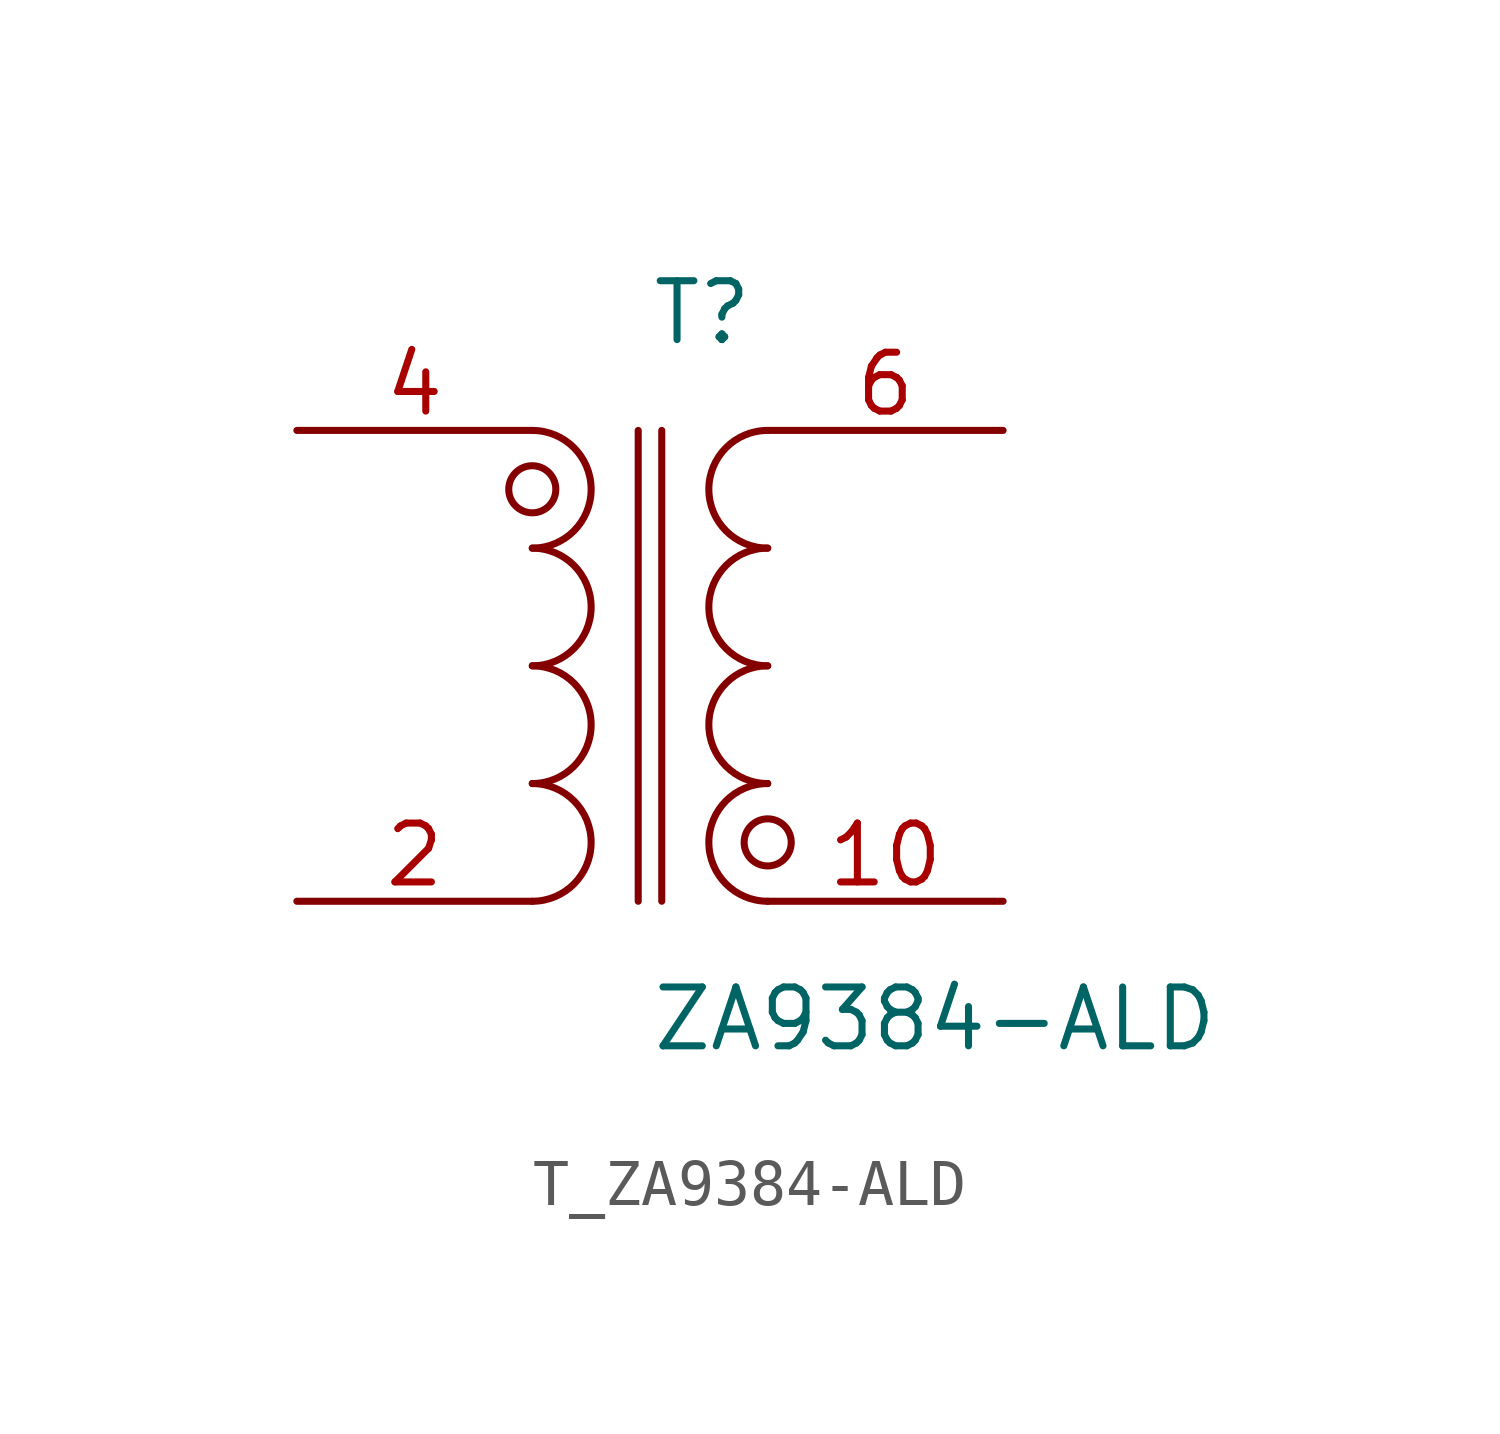
<source format=kicad_sym>
(kicad_symbol_lib
  (version 20231120)
  (generator kicad_symbol_editor)
  (generator_version 8.0)
  (symbol "T_ZA9384-ALD"
    (pin_names
      (offset 0.254))
    (property "Reference" "T"
      (at 0.0 7.62 0)
      (effects (font (size 1.27 1.27)) (justify left)))
    (property "Value" "ZA9384-ALD"
      (at 0.0 -7.62 0)
      (effects (font (size 1.27 1.27)) (justify left)))
    (symbol "T_ZA9384-ALD_0_1"
      (arc (start -2.54 -5.08) (mid -1.27 -3.81) (end -2.54 -2.54) (stroke (width 0) (type default)) (fill (type none)))
      (arc (start -2.54 -2.54) (mid -1.27 -1.27) (end -2.54 0.0) (stroke (width 0) (type default)) (fill (type none)))
      (arc (start -2.54 0.0) (mid -1.27 1.27) (end -2.54 2.54) (stroke (width 0) (type default)) (fill (type none)))
      (arc (start -2.54 2.54) (mid -1.27 3.81) (end -2.54 5.08) (stroke (width 0) (type default)) (fill (type none)))
      (arc (start 2.54 5.08) (mid 1.27 3.81) (end 2.54 2.54) (stroke (width 0) (type default)) (fill (type none)))
      (arc (start 2.54 2.54) (mid 1.27 1.27) (end 2.54 0.0) (stroke (width 0) (type default)) (fill (type none)))
      (arc (start 2.54 0.0) (mid 1.27 -1.27) (end 2.54 -2.54) (stroke (width 0) (type default)) (fill (type none)))
      (arc (start 2.54 -2.54) (mid 1.27 -3.81) (end 2.54 -5.08) (stroke (width 0) (type default)) (fill (type none)))
      (circle (center -2.54 3.81) (radius 0.508) (stroke (width 0) (type default)) (fill (type none)))
      (circle (center 2.54 -3.81) (radius 0.508) (stroke (width 0) (type default)) (fill (type none)))
      (polyline (pts (xy -0.254 5.08) (xy -0.254 -5.08)) (stroke (width 0) (type default)) (fill (type none)))
      (polyline (pts (xy 0.254 5.08) (xy 0.254 -5.08)) (stroke (width 0) (type default)) (fill (type none)))
      (pin unspecified line (at -7.62 5.08 0) (length 5.08) (name "" (effects (font (size 1.27 1.27)))) (number "4" (effects (font (size 1.27 1.27)))))
      (pin no_connect line (at -7.62 2.54 0) (length 2.54) (name "" (effects (font (size 1.27 1.27)))) (number "5" (effects (font (size 1.27 1.27)))) hide)
      (pin no_connect line (at -7.62 0.0 0) (length 2.54) (name "" (effects (font (size 1.27 1.27)))) (number "3" (effects (font (size 1.27 1.27)))) hide)
      (pin no_connect line (at -7.62 -2.54 0) (length 2.54) (name "" (effects (font (size 1.27 1.27)))) (number "1" (effects (font (size 1.27 1.27)))) hide)
      (pin unspecified line (at -7.62 -5.08 0) (length 5.08) (name "" (effects (font (size 1.27 1.27)))) (number "2" (effects (font (size 1.27 1.27)))))
      (pin unspecified line (at 7.62 5.08 180) (length 5.08) (name "" (effects (font (size 1.27 1.27)))) (number "6" (effects (font (size 1.27 1.27)))))
      (pin no_connect line (at 7.62 2.54 180) (length 2.54) (name "" (effects (font (size 1.27 1.27)))) (number "7" (effects (font (size 1.27 1.27)))) hide)
      (pin no_connect line (at 7.62 0.0 180) (length 2.54) (name "" (effects (font (size 1.27 1.27)))) (number "8" (effects (font (size 1.27 1.27)))) hide)
      (pin no_connect line (at 7.62 -2.54 180) (length 2.54) (name "" (effects (font (size 1.27 1.27)))) (number "9" (effects (font (size 1.27 1.27)))) hide)
      (pin unspecified line (at 7.62 -5.08 180) (length 5.08) (name "" (effects (font (size 1.27 1.27)))) (number "10" (effects (font (size 1.27 1.27))))))))
</source>
